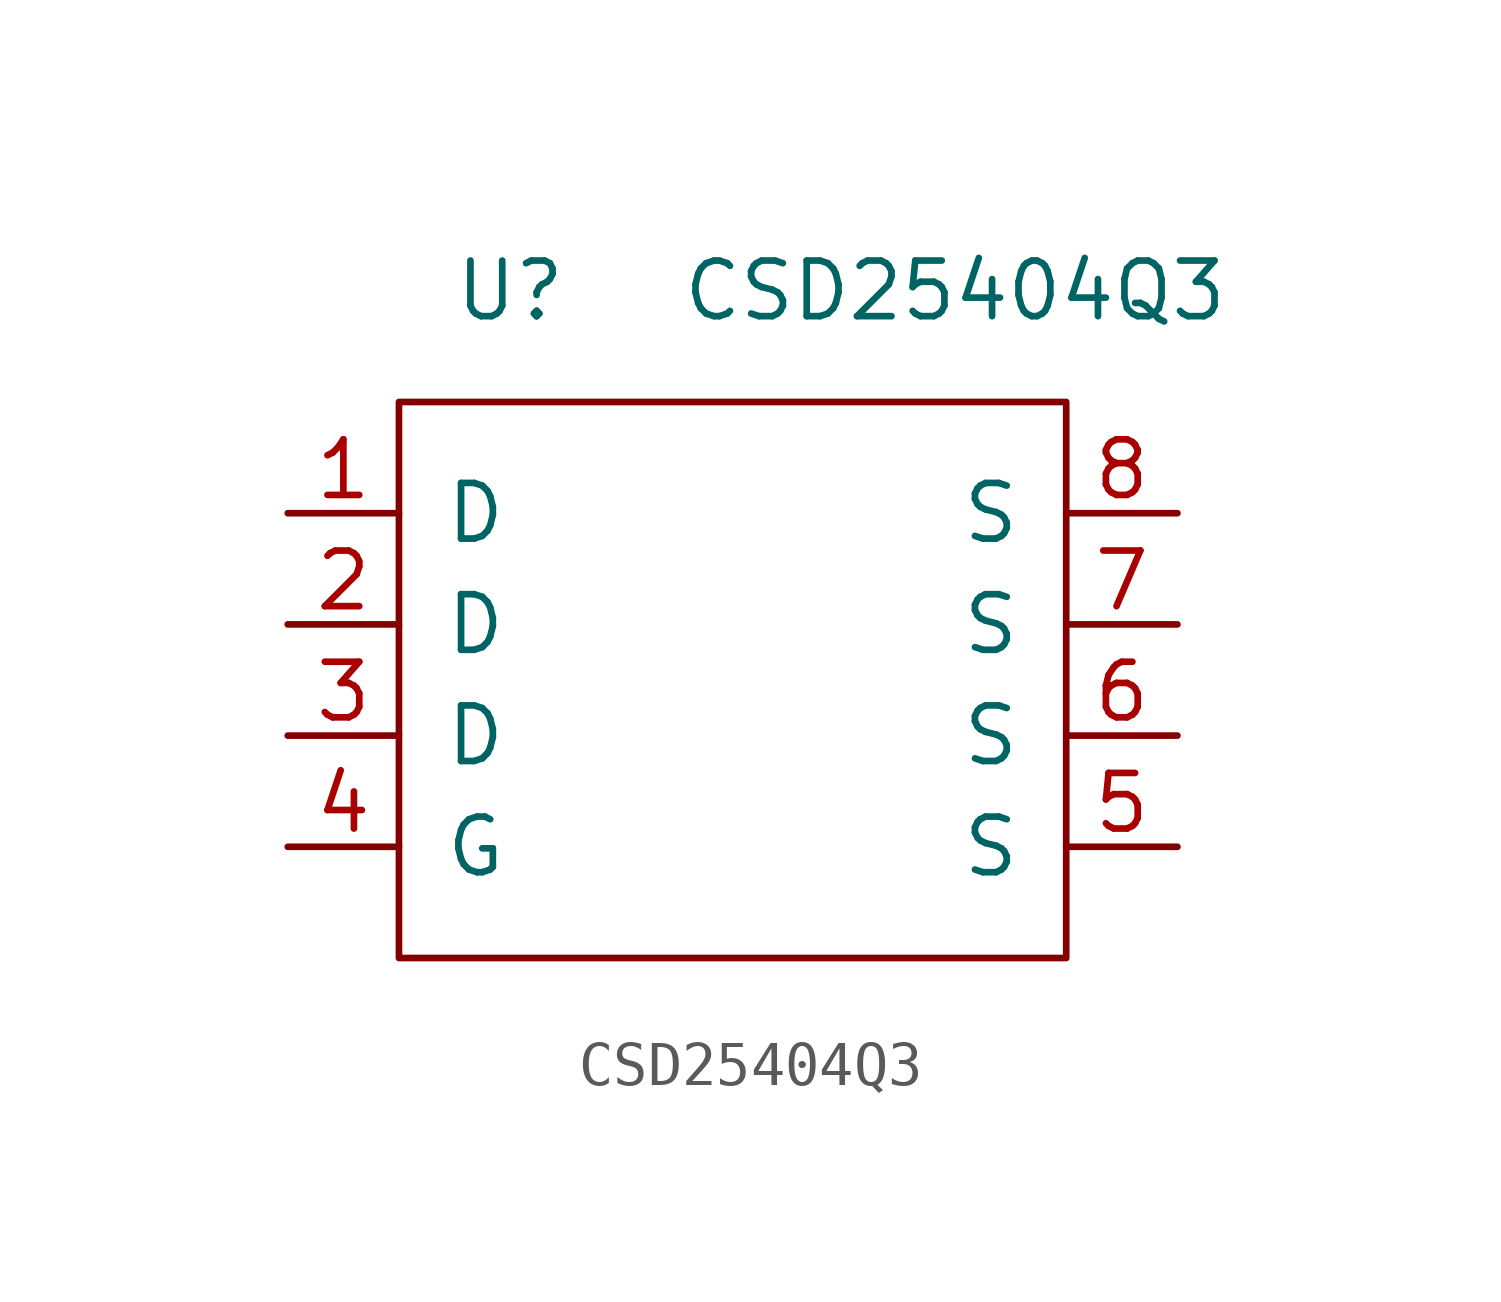
<source format=kicad_sym>
(kicad_symbol_lib
  (version 20220914)
  (generator kicad_symbol_editor)
  (symbol "CSD25404Q3"
    (pin_names
      (offset 1.016))
    (property "Reference" "U"
      (at -5.08 8.89 0)
      (effects (font (size 1.27 1.27))))
    (property "Value" "CSD25404Q3"
      (at 5.08 8.89 0)
      (effects (font (size 1.27 1.27))))
    (symbol "CSD25404Q3_0_1"
      (rectangle (start -7.62 6.35) (end 7.62 -6.35) (stroke (width 0) (type solid)) (fill (type none))))
    (symbol "CSD25404Q3_1_1"
      (pin bidirectional line (at -10.16 3.81 0) (length 2.54) (name "D" (effects (font (size 1.27 1.27)))) (number "1" (effects (font (size 1.27 1.27)))))
      (pin bidirectional line (at -10.16 1.27 0) (length 2.54) (name "D" (effects (font (size 1.27 1.27)))) (number "2" (effects (font (size 1.27 1.27)))))
      (pin bidirectional line (at -10.16 -1.27 0) (length 2.54) (name "D" (effects (font (size 1.27 1.27)))) (number "3" (effects (font (size 1.27 1.27)))))
      (pin bidirectional line (at -10.16 -3.81 0) (length 2.54) (name "G" (effects (font (size 1.27 1.27)))) (number "4" (effects (font (size 1.27 1.27)))))
      (pin bidirectional line (at 10.16 -3.81 180) (length 2.54) (name "S" (effects (font (size 1.27 1.27)))) (number "5" (effects (font (size 1.27 1.27)))))
      (pin bidirectional line (at 10.16 -1.27 180) (length 2.54) (name "S" (effects (font (size 1.27 1.27)))) (number "6" (effects (font (size 1.27 1.27)))))
      (pin bidirectional line (at 10.16 1.27 180) (length 2.54) (name "S" (effects (font (size 1.27 1.27)))) (number "7" (effects (font (size 1.27 1.27)))))
      (pin bidirectional line (at 10.16 3.81 180) (length 2.54) (name "S" (effects (font (size 1.27 1.27)))) (number "8" (effects (font (size 1.27 1.27))))))))
</source>
